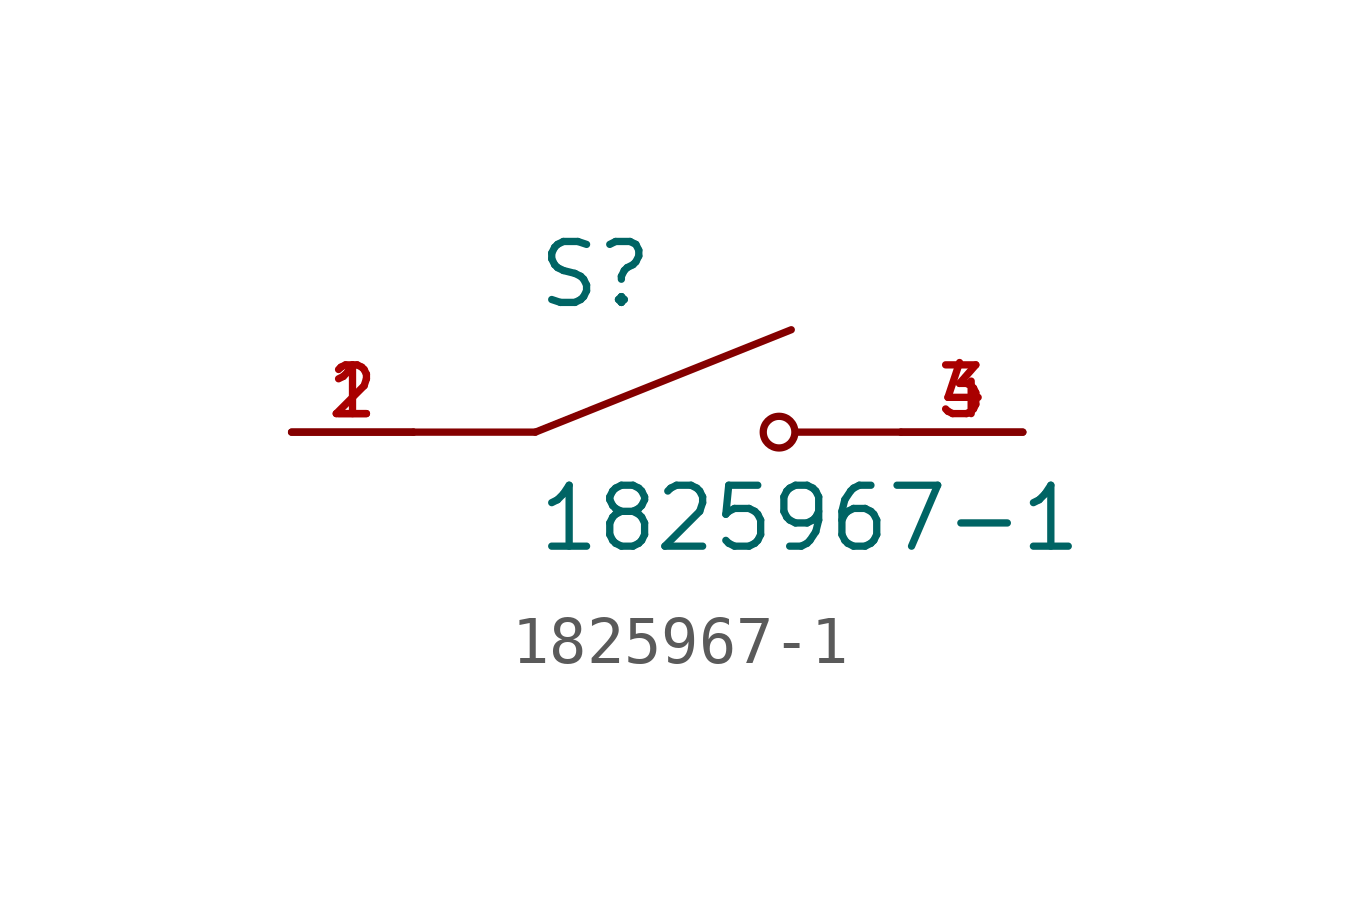
<source format=kicad_sym>
(kicad_symbol_lib
  (version 20201005)
  (generator kicad_symbol_editor)
  (symbol "1825967-1"
    (pin_names
      (offset 1.016) hide)
    (property "Reference" "S"
      (at -2.54 2.54 0)
      (effects (font (size 1.27 1.27)) (justify left bottom)))
    (property "Value" "1825967-1"
      (at -2.54 -2.54 0)
      (effects (font (size 1.27 1.27)) (justify left bottom)))
    (property "ki_locked" ""
      (at 0 0 0)
      (effects (font (size 1.27 1.27))))
    (symbol "1825967-1_0_0"
      (circle (center 2.54 0) (radius 0.33) (stroke (width 0.152)) (fill (type none)))
      (polyline (pts (xy -2.54 0) (xy -5.08 0)) (stroke (width 0.152)) (fill (type none)))
      (polyline (pts (xy -2.54 0) (xy 2.794 2.134)) (stroke (width 0.152)) (fill (type none)))
      (polyline (pts (xy 5.08 0) (xy 2.921 0)) (stroke (width 0.152)) (fill (type none)))
      (pin passive line (at -7.62 0 0) (length 2.54) (name "~" (effects (font (size 1.016 1.016)))) (number "1" (effects (font (size 1.016 1.016)))))
      (pin passive line (at -7.62 0 0) (length 2.54) (name "~" (effects (font (size 1.016 1.016)))) (number "2" (effects (font (size 1.016 1.016)))))
      (pin passive line (at 7.62 0 180) (length 2.54) (name "~" (effects (font (size 1.016 1.016)))) (number "3" (effects (font (size 1.016 1.016)))))
      (pin passive line (at 7.62 0 180) (length 2.54) (name "~" (effects (font (size 1.016 1.016)))) (number "4" (effects (font (size 1.016 1.016))))))))
</source>
